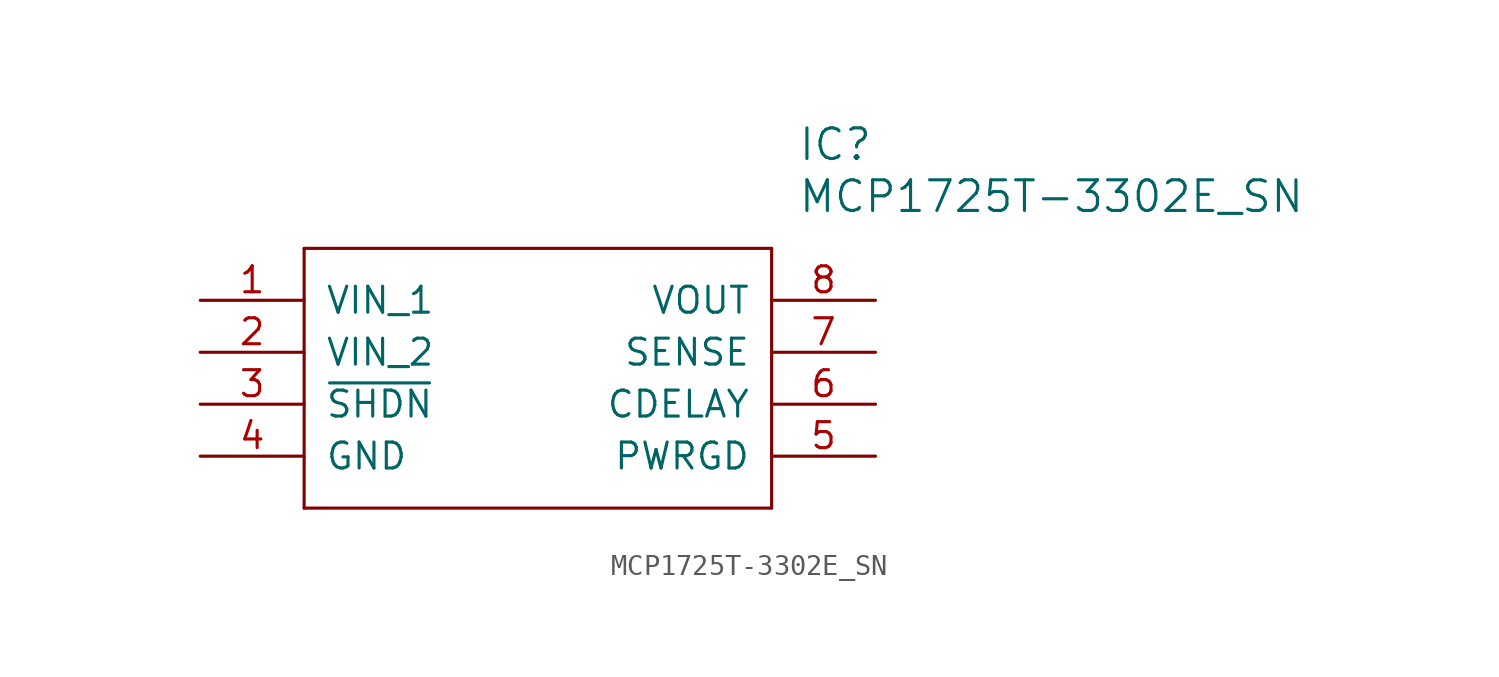
<source format=kicad_sym>
(kicad_symbol_lib
  (version 20211014)
  (generator kicad_symbol_editor)
  (symbol "MCP1725T-3302E_SN"
    (pin_names
      (offset 1.016))
    (property "Reference" "IC"
      (at 29.21 7.62 0)
      (effects (font (size 1.499 1.499)) (justify left)))
    (property "Value" "MCP1725T-3302E_SN"
      (at 29.21 5.08 0)
      (effects (font (size 1.499 1.499)) (justify left)))
    (property "ki_locked" ""
      (at 0 0 0)
      (effects (font (size 1.27 1.27))))
    (symbol "MCP1725T-3302E_SN_1_0"
      (polyline (pts (xy 5.08 2.54) (xy 5.08 -10.16)) (stroke (width 0) (type default) (color 0 0 0 0)) (fill (type none)))
      (polyline (pts (xy 5.08 2.54) (xy 27.94 2.54)) (stroke (width 0) (type default) (color 0 0 0 0)) (fill (type none)))
      (polyline (pts (xy 27.94 -10.16) (xy 5.08 -10.16)) (stroke (width 0) (type default) (color 0 0 0 0)) (fill (type none)))
      (polyline (pts (xy 27.94 -10.16) (xy 27.94 2.54)) (stroke (width 0) (type default) (color 0 0 0 0)) (fill (type none)))
      (pin bidirectional line (at 0 0 0) (length 5.08) (name "VIN_1" (effects (font (size 1.27 1.27)))) (number "1" (effects (font (size 1.27 1.27)))))
      (pin bidirectional line (at 0 -2.54 0) (length 5.08) (name "VIN_2" (effects (font (size 1.27 1.27)))) (number "2" (effects (font (size 1.27 1.27)))))
      (pin bidirectional line (at 0 -5.08 0) (length 5.08) (name "~{SHDN}" (effects (font (size 1.27 1.27)))) (number "3" (effects (font (size 1.27 1.27)))))
      (pin bidirectional line (at 0 -7.62 0) (length 5.08) (name "GND" (effects (font (size 1.27 1.27)))) (number "4" (effects (font (size 1.27 1.27)))))
      (pin bidirectional line (at 33.02 -7.62 180) (length 5.08) (name "PWRGD" (effects (font (size 1.27 1.27)))) (number "5" (effects (font (size 1.27 1.27)))))
      (pin bidirectional line (at 33.02 -5.08 180) (length 5.08) (name "CDELAY" (effects (font (size 1.27 1.27)))) (number "6" (effects (font (size 1.27 1.27)))))
      (pin bidirectional line (at 33.02 -2.54 180) (length 5.08) (name "SENSE" (effects (font (size 1.27 1.27)))) (number "7" (effects (font (size 1.27 1.27)))))
      (pin bidirectional line (at 33.02 0 180) (length 5.08) (name "VOUT" (effects (font (size 1.27 1.27)))) (number "8" (effects (font (size 1.27 1.27))))))))
</source>
